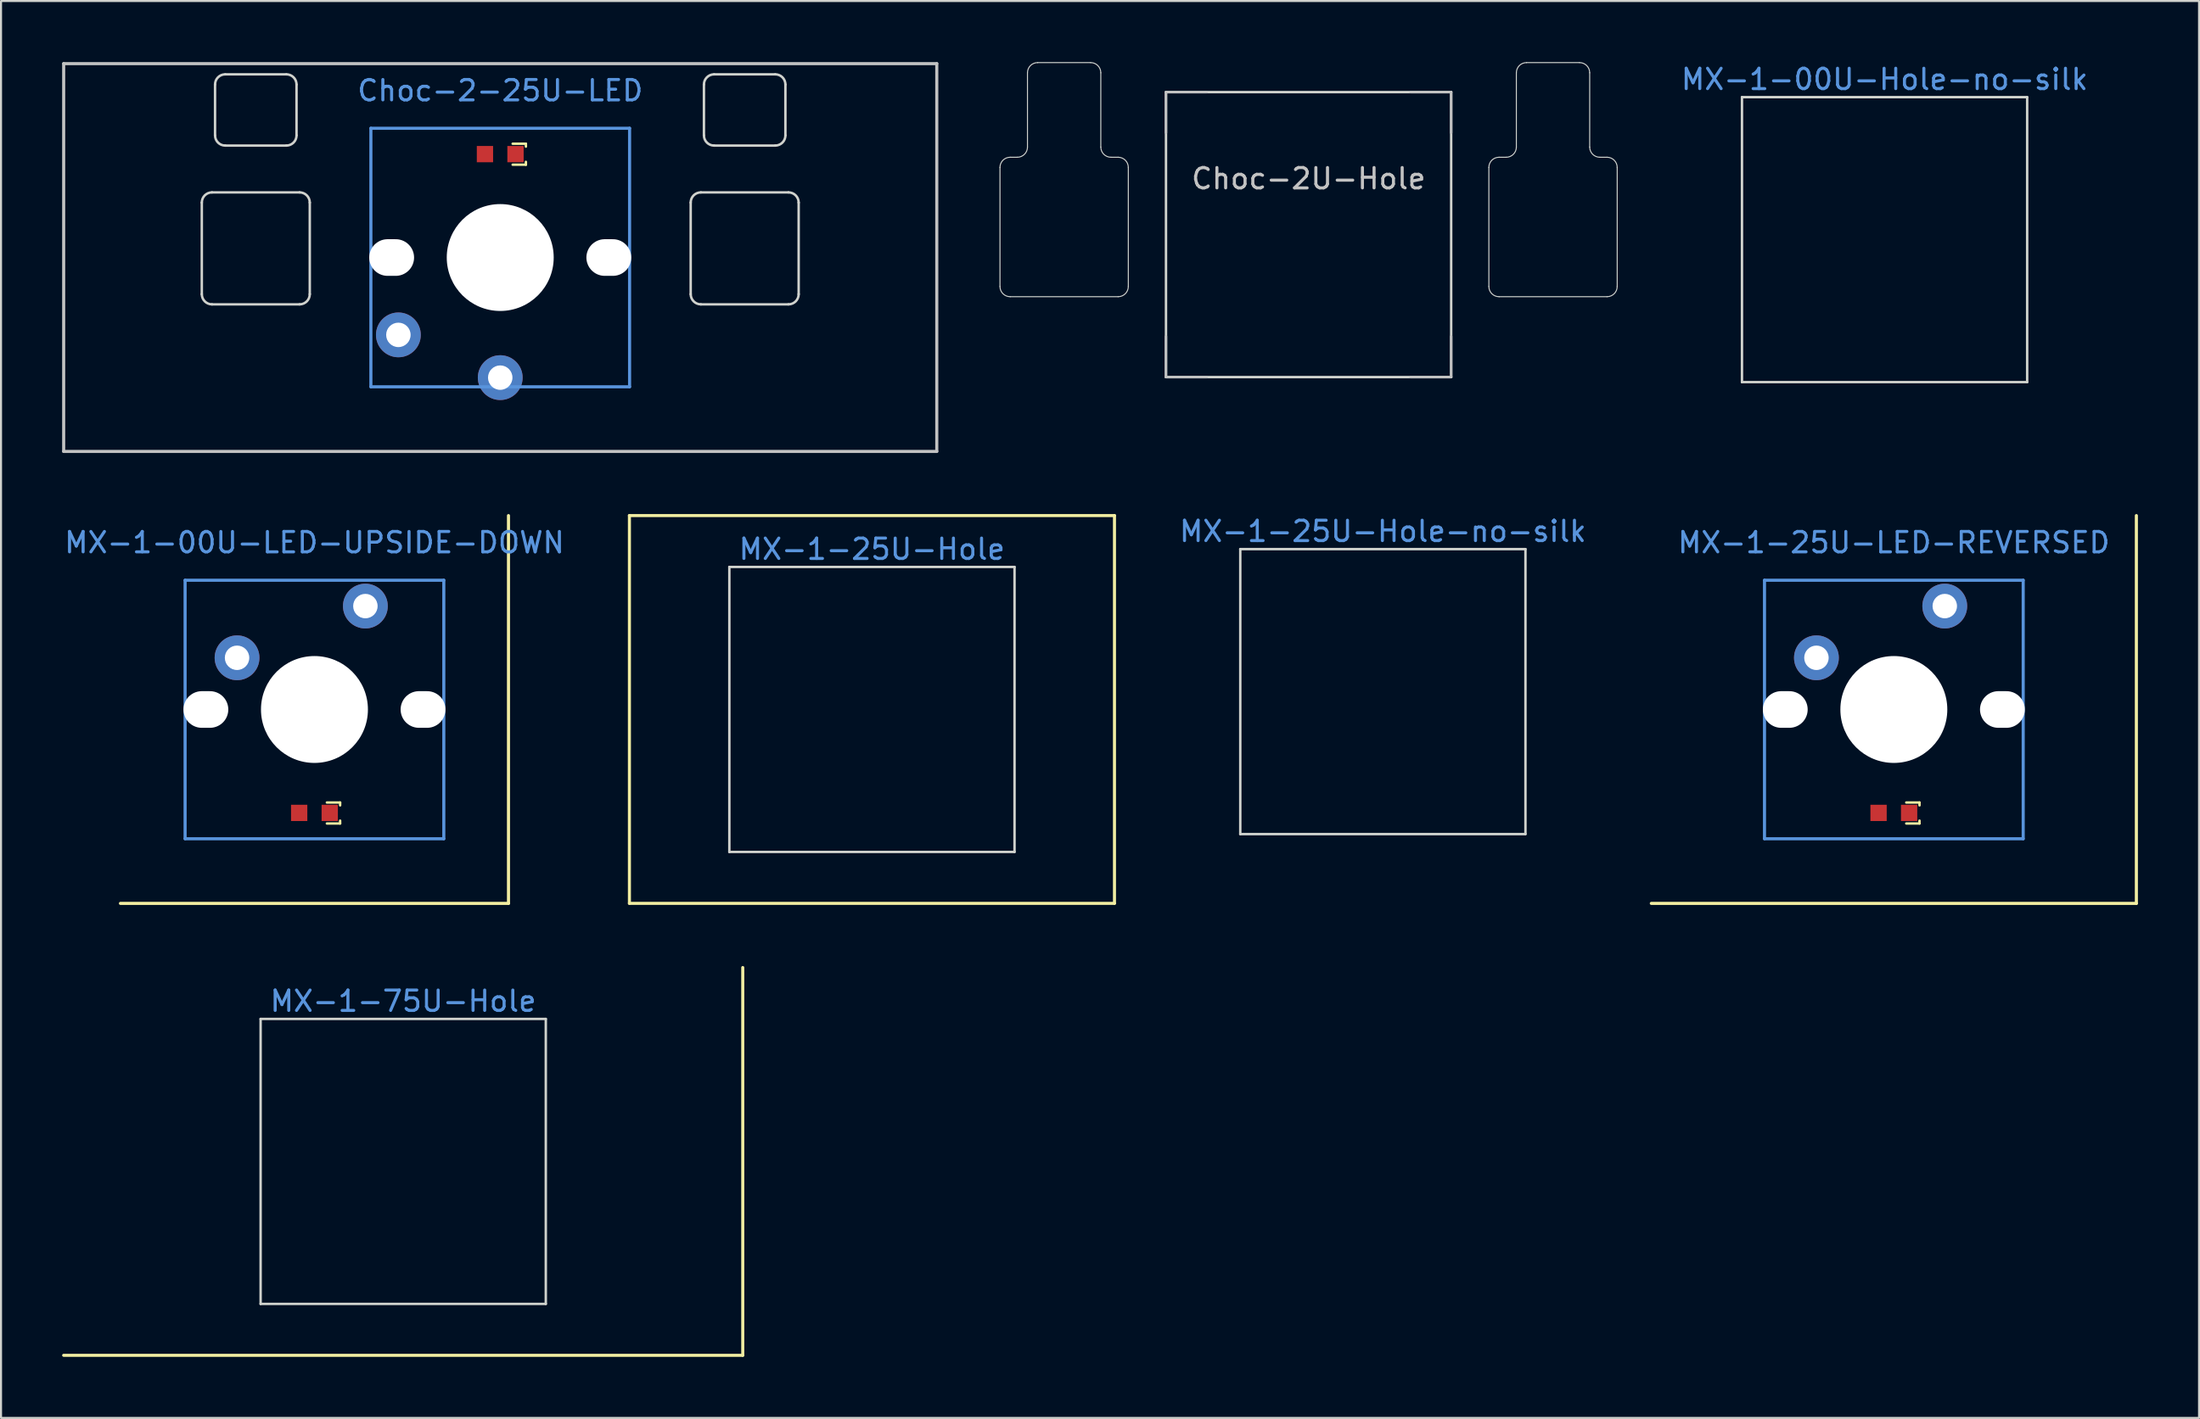
<source format=kicad_pcb>
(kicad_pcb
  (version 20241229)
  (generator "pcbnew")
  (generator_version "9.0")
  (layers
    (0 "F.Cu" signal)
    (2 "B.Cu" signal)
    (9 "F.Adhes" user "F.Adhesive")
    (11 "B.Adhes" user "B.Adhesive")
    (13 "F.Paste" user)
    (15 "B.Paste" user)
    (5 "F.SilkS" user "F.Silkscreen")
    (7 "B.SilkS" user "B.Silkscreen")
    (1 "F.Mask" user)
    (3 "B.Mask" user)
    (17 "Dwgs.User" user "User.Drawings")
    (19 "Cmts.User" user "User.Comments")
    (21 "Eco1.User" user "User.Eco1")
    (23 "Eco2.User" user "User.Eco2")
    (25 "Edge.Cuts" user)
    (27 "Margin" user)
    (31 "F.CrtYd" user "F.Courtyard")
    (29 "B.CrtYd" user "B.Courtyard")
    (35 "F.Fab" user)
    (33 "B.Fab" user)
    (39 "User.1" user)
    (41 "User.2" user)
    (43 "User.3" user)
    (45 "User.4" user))
  (footprint "Choc-2U-Hole"
    (layer "F.Cu")
    (at 61.19 8.475)
    (property "Reference" "Choc-2U-Hole" (at 0 -2.75 180) (layer "Dwgs.User") (effects (font (size 1 1) (thickness 0.15))))
    (attr exclude_from_pos_files exclude_from_bom)
    (fp_line (start -7 -7) (end -7 -5) (stroke (width 0.12) (type solid)) (layer "Dwgs.User"))
    (fp_line (start -7 -7) (end -5 -7) (stroke (width 0.12) (type solid)) (layer "Dwgs.User"))
    (fp_line (start -7 7) (end -7 5) (stroke (width 0.12) (type solid)) (layer "Dwgs.User"))
    (fp_line (start -7 7) (end -5 7) (stroke (width 0.12) (type solid)) (layer "Dwgs.User"))
    (fp_line (start 7 -7) (end 5 -7) (stroke (width 0.12) (type solid)) (layer "Dwgs.User"))
    (fp_line (start 7 -7) (end 7 -5) (stroke (width 0.12) (type solid)) (layer "Dwgs.User"))
    (fp_line (start 7 5) (end 7 7) (stroke (width 0.12) (type solid)) (layer "Dwgs.User"))
    (fp_line (start 7 7) (end 5 7) (stroke (width 0.12) (type solid)) (layer "Dwgs.User"))
    (fp_line (start -15.15 2.55) (end -15.15 -3.3) (stroke (width 0.05) (type solid)) (layer "Edge.Cuts"))
    (fp_line (start -14.65 -3.8) (end -14.3 -3.8) (stroke (width 0.05) (type solid)) (layer "Edge.Cuts"))
    (fp_line (start -14.65 3.05) (end -9.35 3.05) (stroke (width 0.05) (type solid)) (layer "Edge.Cuts"))
    (fp_line (start -13.8 -4.3) (end -13.8 -7.95) (stroke (width 0.05) (type solid)) (layer "Edge.Cuts"))
    (fp_line (start -13.3 -8.45) (end -10.7 -8.45) (stroke (width 0.05) (type solid)) (layer "Edge.Cuts"))
    (fp_line (start -10.2 -4.3) (end -10.2 -7.95) (stroke (width 0.05) (type solid)) (layer "Edge.Cuts"))
    (fp_line (start -9.35 -3.8) (end -9.7 -3.8) (stroke (width 0.05) (type solid)) (layer "Edge.Cuts"))
    (fp_line (start -8.85 2.55) (end -8.85 -3.3) (stroke (width 0.05) (type solid)) (layer "Edge.Cuts"))
    (fp_line (start -7 -7) (end -7 7) (stroke (width 0.12) (type solid)) (layer "Edge.Cuts"))
    (fp_line (start -7 -7) (end 7 -7) (stroke (width 0.12) (type solid)) (layer "Edge.Cuts"))
    (fp_line (start -7 7) (end 7 7) (stroke (width 0.12) (type solid)) (layer "Edge.Cuts"))
    (fp_line (start 7 -7) (end 7 7) (stroke (width 0.12) (type solid)) (layer "Edge.Cuts"))
    (fp_line (start 8.85 2.55) (end 8.85 -3.3) (stroke (width 0.05) (type solid)) (layer "Edge.Cuts"))
    (fp_line (start 9.35 -3.8) (end 9.7 -3.8) (stroke (width 0.05) (type solid)) (layer "Edge.Cuts"))
    (fp_line (start 10.2 -4.3) (end 10.2 -7.95) (stroke (width 0.05) (type solid)) (layer "Edge.Cuts"))
    (fp_line (start 13.3 -8.45) (end 10.7 -8.45) (stroke (width 0.05) (type solid)) (layer "Edge.Cuts"))
    (fp_line (start 13.8 -4.3) (end 13.8 -7.95) (stroke (width 0.05) (type solid)) (layer "Edge.Cuts"))
    (fp_line (start 14.65 -3.8) (end 14.3 -3.8) (stroke (width 0.05) (type solid)) (layer "Edge.Cuts"))
    (fp_line (start 14.65 3.05) (end 9.35 3.05) (stroke (width 0.05) (type solid)) (layer "Edge.Cuts"))
    (fp_line (start 15.15 2.55) (end 15.15 -3.3) (stroke (width 0.05) (type solid)) (layer "Edge.Cuts"))
    (fp_arc (start -15.15 -3.3) (mid -15.003553 -3.653553) (end -14.65 -3.8) (stroke (width 0.05) (type solid)) (layer "Edge.Cuts"))
    (fp_arc (start -14.65 3.05) (mid -15.003553 2.903553) (end -15.15 2.55) (stroke (width 0.05) (type solid)) (layer "Edge.Cuts"))
    (fp_arc (start -13.8 -7.95) (mid -13.653553 -8.303553) (end -13.3 -8.45) (stroke (width 0.05) (type solid)) (layer "Edge.Cuts"))
    (fp_arc (start -13.8 -4.3) (mid -13.946447 -3.946447) (end -14.3 -3.8) (stroke (width 0.05) (type solid)) (layer "Edge.Cuts"))
    (fp_arc (start -10.7 -8.45) (mid -10.346447 -8.303553) (end -10.2 -7.95) (stroke (width 0.05) (type solid)) (layer "Edge.Cuts"))
    (fp_arc (start -9.7 -3.8) (mid -10.053553 -3.946447) (end -10.2 -4.3) (stroke (width 0.05) (type solid)) (layer "Edge.Cuts"))
    (fp_arc (start -9.35 -3.8) (mid -8.996447 -3.653553) (end -8.85 -3.3) (stroke (width 0.05) (type solid)) (layer "Edge.Cuts"))
    (fp_arc (start -8.85 2.55) (mid -8.996447 2.903553) (end -9.35 3.05) (stroke (width 0.05) (type solid)) (layer "Edge.Cuts"))
    (fp_arc (start 8.85 -3.3) (mid 8.996447 -3.653553) (end 9.35 -3.8) (stroke (width 0.05) (type solid)) (layer "Edge.Cuts"))
    (fp_arc (start 9.35 3.05) (mid 8.996447 2.903553) (end 8.85 2.55) (stroke (width 0.05) (type solid)) (layer "Edge.Cuts"))
    (fp_arc (start 10.2 -7.95) (mid 10.346447 -8.303553) (end 10.7 -8.45) (stroke (width 0.05) (type solid)) (layer "Edge.Cuts"))
    (fp_arc (start 10.2 -4.3) (mid 10.053553 -3.946447) (end 9.7 -3.8) (stroke (width 0.05) (type solid)) (layer "Edge.Cuts"))
    (fp_arc (start 13.3 -8.45) (mid 13.653553 -8.303553) (end 13.8 -7.95) (stroke (width 0.05) (type solid)) (layer "Edge.Cuts"))
    (fp_arc (start 14.3 -3.8) (mid 13.946447 -3.946447) (end 13.8 -4.3) (stroke (width 0.05) (type solid)) (layer "Edge.Cuts"))
    (fp_arc (start 14.65 -3.8) (mid 15.003553 -3.653553) (end 15.15 -3.3) (stroke (width 0.05) (type solid)) (layer "Edge.Cuts"))
    (fp_arc (start 15.15 2.55) (mid 15.003553 2.903553) (end 14.65 3.05) (stroke (width 0.05) (type solid)) (layer "Edge.Cuts")))
  (footprint "Choc-2-25U-LED"
    (layer "F.Cu")
    (at 21.507 4.521)
    (property "Reference" "Choc-2-25U-LED" (at 0 -3.12 0) (layer "Cmts.User") (effects (font (size 1 1) (thickness 0.15))))
    (fp_line (start 0.61 -0.51) (end 1.26 -0.51) (stroke (width 0.12) (type solid)) (layer "F.SilkS"))
    (fp_line (start 0.61 0.52) (end 1.26 0.52) (stroke (width 0.12) (type solid)) (layer "F.SilkS"))
    (fp_line (start 1.26 -0.51) (end 1.26 -0.37) (stroke (width 0.12) (type solid)) (layer "F.SilkS"))
    (fp_line (start 1.26 0.52) (end 1.26 0.38) (stroke (width 0.12) (type solid)) (layer "F.SilkS"))
    (fp_line (start -21.431 -4.445) (end 21.431 -4.445) (stroke (width 0.152) (type solid)) (layer "Dwgs.User"))
    (fp_line (start -21.431 14.605) (end -21.431 -4.445) (stroke (width 0.152) (type solid)) (layer "Dwgs.User"))
    (fp_line (start 21.431 -4.445) (end 21.431 14.605) (stroke (width 0.152) (type solid)) (layer "Dwgs.User"))
    (fp_line (start 21.431 14.605) (end -21.431 14.605) (stroke (width 0.152) (type solid)) (layer "Dwgs.User"))
    (fp_line (start -6.35 -1.27) (end 6.35 -1.27) (stroke (width 0.152) (type solid)) (layer "Cmts.User"))
    (fp_line (start -6.35 11.43) (end -6.35 -1.27) (stroke (width 0.152) (type solid)) (layer "Cmts.User"))
    (fp_line (start 6.35 -1.27) (end 6.35 11.43) (stroke (width 0.152) (type solid)) (layer "Cmts.User"))
    (fp_line (start 6.35 11.43) (end -6.35 11.43) (stroke (width 0.152) (type solid)) (layer "Cmts.User"))
    (fp_line (start -14.65 6.88) (end -14.65 2.38) (stroke (width 0.12) (type solid)) (layer "Edge.Cuts"))
    (fp_line (start -14.15 1.88) (end -9.85 1.88) (stroke (width 0.12) (type solid)) (layer "Edge.Cuts"))
    (fp_line (start -14.15 7.38) (end -9.85 7.38) (stroke (width 0.12) (type solid)) (layer "Edge.Cuts"))
    (fp_line (start -14 -0.92) (end -14 -3.42) (stroke (width 0.12) (type solid)) (layer "Edge.Cuts"))
    (fp_line (start -13.5 -3.92) (end -10.5 -3.92) (stroke (width 0.12) (type solid)) (layer "Edge.Cuts"))
    (fp_line (start -13.5 -0.42) (end -10.5 -0.42) (stroke (width 0.12) (type solid)) (layer "Edge.Cuts"))
    (fp_line (start -10 -0.92) (end -10 -3.42) (stroke (width 0.12) (type solid)) (layer "Edge.Cuts"))
    (fp_line (start -9.35 6.88) (end -9.35 2.38) (stroke (width 0.12) (type solid)) (layer "Edge.Cuts"))
    (fp_line (start 9.35 6.88) (end 9.35 2.38) (stroke (width 0.12) (type solid)) (layer "Edge.Cuts"))
    (fp_line (start 10 -0.92) (end 10 -3.42) (stroke (width 0.12) (type solid)) (layer "Edge.Cuts"))
    (fp_line (start 13.5 -3.92) (end 10.5 -3.92) (stroke (width 0.12) (type solid)) (layer "Edge.Cuts"))
    (fp_line (start 13.5 -0.42) (end 10.5 -0.42) (stroke (width 0.12) (type solid)) (layer "Edge.Cuts"))
    (fp_line (start 14 -0.92) (end 14 -3.42) (stroke (width 0.12) (type solid)) (layer "Edge.Cuts"))
    (fp_line (start 14.15 1.88) (end 9.85 1.88) (stroke (width 0.12) (type solid)) (layer "Edge.Cuts"))
    (fp_line (start 14.15 7.38) (end 9.85 7.38) (stroke (width 0.12) (type solid)) (layer "Edge.Cuts"))
    (fp_line (start 14.65 6.88) (end 14.65 2.38) (stroke (width 0.12) (type solid)) (layer "Edge.Cuts"))
    (fp_arc (start -14.65 2.38) (mid -14.503553 2.026447) (end -14.15 1.88) (stroke (width 0.12) (type solid)) (layer "Edge.Cuts"))
    (fp_arc (start -14.15 7.38) (mid -14.503553 7.233553) (end -14.65 6.88) (stroke (width 0.12) (type solid)) (layer "Edge.Cuts"))
    (fp_arc (start -14 -3.42) (mid -13.853553 -3.773553) (end -13.5 -3.92) (stroke (width 0.12) (type solid)) (layer "Edge.Cuts"))
    (fp_arc (start -13.5 -0.42) (mid -13.853553 -0.566447) (end -14 -0.92) (stroke (width 0.12) (type solid)) (layer "Edge.Cuts"))
    (fp_arc (start -10.5 -3.92) (mid -10.146447 -3.773553) (end -10 -3.42) (stroke (width 0.12) (type solid)) (layer "Edge.Cuts"))
    (fp_arc (start -10 -0.92) (mid -10.146447 -0.566447) (end -10.5 -0.42) (stroke (width 0.12) (type solid)) (layer "Edge.Cuts"))
    (fp_arc (start -9.85 1.88) (mid -9.496447 2.026447) (end -9.35 2.38) (stroke (width 0.12) (type solid)) (layer "Edge.Cuts"))
    (fp_arc (start -9.35 6.88) (mid -9.496447 7.233553) (end -9.85 7.38) (stroke (width 0.12) (type solid)) (layer "Edge.Cuts"))
    (fp_arc (start 9.35 2.38) (mid 9.496447 2.026447) (end 9.85 1.88) (stroke (width 0.12) (type solid)) (layer "Edge.Cuts"))
    (fp_arc (start 9.85 7.38) (mid 9.496447 7.233553) (end 9.35 6.88) (stroke (width 0.12) (type solid)) (layer "Edge.Cuts"))
    (fp_arc (start 10 -3.42) (mid 10.146447 -3.773553) (end 10.5 -3.92) (stroke (width 0.12) (type solid)) (layer "Edge.Cuts"))
    (fp_arc (start 10.5 -0.42) (mid 10.146447 -0.566447) (end 10 -0.92) (stroke (width 0.12) (type solid)) (layer "Edge.Cuts"))
    (fp_arc (start 13.5 -3.92) (mid 13.853553 -3.773553) (end 14 -3.42) (stroke (width 0.12) (type solid)) (layer "Edge.Cuts"))
    (fp_arc (start 14 -0.92) (mid 13.853553 -0.566447) (end 13.5 -0.42) (stroke (width 0.12) (type solid)) (layer "Edge.Cuts"))
    (fp_arc (start 14.15 1.88) (mid 14.503553 2.026447) (end 14.65 2.38) (stroke (width 0.12) (type solid)) (layer "Edge.Cuts"))
    (fp_arc (start 14.65 6.88) (mid 14.503553 7.233553) (end 14.15 7.38) (stroke (width 0.12) (type solid)) (layer "Edge.Cuts"))
    (pad "" np_thru_hole oval (at -5.33 5.08 270) (size 1.8 2.2) (drill oval 1.8 2.2) (layers "*.Cu" "*.Mask"))
    (pad "" np_thru_hole circle (at 0 5.08 180) (size 5.25 5.25) (drill 5.25) (layers "*.Cu" "*.Mask"))
    (pad "" np_thru_hole oval (at 5.33 5.08 270) (size 1.8 2.2) (drill oval 1.8 2.2) (layers "*.Cu" "*.Mask"))
    (pad "1" thru_hole circle (at 0 10.98 90) (size 2.2 2.2) (drill 1.2) (layers "*.Cu" "*.Mask"))
    (pad "2" thru_hole circle (at -5 8.88 270) (size 2.2 2.2) (drill 1.2) (layers "*.Cu" "*.Mask"))
    (pad "3" smd rect (at 0.75 0 90) (size 0.8 0.8) (layers "F.Cu" "F.Mask" "F.Paste"))
    (pad "4" smd rect (at -0.75 0 90) (size 0.8 0.8) (layers "F.Cu" "F.Mask" "F.Paste")))
  (footprint "MX-1-25U-Hole-no-silk"
    (layer "F.Cu")
    (at 64.837 30.925)
    (property "Reference" "MX-1-25U-Hole-no-silk" (at 0 -7.874 0) (layer "Cmts.User") (effects (font (size 1 1) (thickness 0.15))))
    (attr through_hole)
    (fp_line (start -7 -7) (end -7 7) (stroke (width 0.12) (type solid)) (layer "Edge.Cuts"))
    (fp_line (start -7 -7) (end 7 -7) (stroke (width 0.12) (type solid)) (layer "Edge.Cuts"))
    (fp_line (start -7 7) (end 7 7) (stroke (width 0.12) (type solid)) (layer "Edge.Cuts"))
    (fp_line (start 7 -7) (end 7 7) (stroke (width 0.12) (type solid)) (layer "Edge.Cuts")))
  (footprint "MX-1-25U-Hole"
    (layer "F.Cu")
    (at 39.755 31.802)
    (property "Reference" "MX-1-25U-Hole" (at 0 -7.874 0) (layer "Cmts.User") (effects (font (size 1 1) (thickness 0.15))))
    (attr through_hole)
    (fp_line (start -11.906 -9.525) (end 11.906 -9.525) (stroke (width 0.15) (type solid)) (layer "F.SilkS"))
    (fp_line (start -11.906 9.525) (end -11.906 -9.525) (stroke (width 0.15) (type solid)) (layer "F.SilkS"))
    (fp_line (start 11.906 -9.525) (end 11.906 9.525) (stroke (width 0.15) (type solid)) (layer "F.SilkS"))
    (fp_line (start 11.906 9.525) (end -11.906 9.525) (stroke (width 0.15) (type solid)) (layer "F.SilkS"))
    (fp_line (start -7 -7) (end -7 7) (stroke (width 0.12) (type solid)) (layer "Edge.Cuts"))
    (fp_line (start -7 -7) (end 7 -7) (stroke (width 0.12) (type solid)) (layer "Edge.Cuts"))
    (fp_line (start -7 7) (end 7 7) (stroke (width 0.12) (type solid)) (layer "Edge.Cuts"))
    (fp_line (start 7 -7) (end 7 7) (stroke (width 0.12) (type solid)) (layer "Edge.Cuts")))
  (footprint "MX-1-75U-Hole"
    (layer "F.Cu")
    (at 16.744 54.005)
    (property "Reference" "MX-1-75U-Hole" (at 0 -7.874 0) (layer "Cmts.User") (effects (font (size 1 1) (thickness 0.15))))
    (attr through_hole)
    (fp_line (start 16.669 -9.525) (end 16.669 9.525) (stroke (width 0.15) (type solid)) (layer "F.SilkS"))
    (fp_line (start 16.669 9.525) (end -16.669 9.525) (stroke (width 0.15) (type solid)) (layer "F.SilkS"))
    (fp_line (start -7 -7) (end -7 7) (stroke (width 0.12) (type solid)) (layer "Edge.Cuts"))
    (fp_line (start -7 -7) (end 7 -7) (stroke (width 0.12) (type solid)) (layer "Edge.Cuts"))
    (fp_line (start -7 7) (end 7 7) (stroke (width 0.12) (type solid)) (layer "Edge.Cuts"))
    (fp_line (start 7 -7) (end 7 7) (stroke (width 0.12) (type solid)) (layer "Edge.Cuts")))
  (footprint "MX-1-00U-LED-UPSIDE-DOWN"
    (layer "F.Cu")
    (at 12.387 36.884)
    (property "Reference" "MX-1-00U-LED-UPSIDE-DOWN" (at 0 -13.28 0) (layer "Cmts.User") (effects (font (size 1 1) (thickness 0.15))))
    (fp_line (start 0.61 -0.51) (end 1.26 -0.51) (stroke (width 0.12) (type solid)) (layer "F.SilkS"))
    (fp_line (start 0.61 0.52) (end 1.26 0.52) (stroke (width 0.12) (type solid)) (layer "F.SilkS"))
    (fp_line (start 1.26 -0.51) (end 1.26 -0.37) (stroke (width 0.12) (type solid)) (layer "F.SilkS"))
    (fp_line (start 1.26 0.52) (end 1.26 0.38) (stroke (width 0.12) (type solid)) (layer "F.SilkS"))
    (fp_line (start 9.525 -14.605) (end 9.525 4.445) (stroke (width 0.152) (type solid)) (layer "F.SilkS"))
    (fp_line (start 9.525 4.445) (end -9.525 4.445) (stroke (width 0.152) (type solid)) (layer "F.SilkS"))
    (fp_line (start -6.35 -11.43) (end 6.35 -11.43) (stroke (width 0.152) (type solid)) (layer "Cmts.User"))
    (fp_line (start -6.35 1.27) (end -6.35 -11.43) (stroke (width 0.152) (type solid)) (layer "Cmts.User"))
    (fp_line (start 6.35 -11.43) (end 6.35 1.27) (stroke (width 0.152) (type solid)) (layer "Cmts.User"))
    (fp_line (start 6.35 1.27) (end -6.35 1.27) (stroke (width 0.152) (type solid)) (layer "Cmts.User"))
    (pad "" np_thru_hole oval (at -5.33 -5.08 270) (size 1.8 2.2) (drill oval 1.8 2.2) (layers "*.Cu" "*.Mask"))
    (pad "" np_thru_hole circle (at 0 -5.08 180) (size 5.25 5.25) (drill 5.25) (layers "*.Cu" "*.Mask"))
    (pad "" np_thru_hole oval (at 5.33 -5.08 270) (size 1.8 2.2) (drill oval 1.8 2.2) (layers "*.Cu" "*.Mask"))
    (pad "1" thru_hole circle (at 2.5 -10.16) (size 2.2 2.2) (drill oval 1.2) (layers "*.Cu" "*.Mask"))
    (pad "2" thru_hole circle (at -3.8 -7.62 225) (size 2.2 2.2) (drill 1.2) (layers "*.Cu" "*.Mask"))
    (pad "3" smd rect (at 0.75 0 90) (size 0.8 0.8) (layers "F.Cu" "F.Mask" "F.Paste"))
    (pad "4" smd rect (at -0.75 0 90) (size 0.8 0.8) (layers "F.Cu" "F.Mask" "F.Paste")))
  (footprint "MX-1-00U-Hole-no-silk"
    (layer "F.Cu")
    (at 89.466 8.722)
    (property "Reference" "MX-1-00U-Hole-no-silk" (at 0 -7.874 0) (layer "Cmts.User") (effects (font (size 1 1) (thickness 0.15))))
    (attr through_hole)
    (fp_line (start -7 -7) (end -7 7) (stroke (width 0.12) (type solid)) (layer "Edge.Cuts"))
    (fp_line (start -7 -7) (end 7 -7) (stroke (width 0.12) (type solid)) (layer "Edge.Cuts"))
    (fp_line (start -7 7) (end 7 7) (stroke (width 0.12) (type solid)) (layer "Edge.Cuts"))
    (fp_line (start 7 -7) (end 7 7) (stroke (width 0.12) (type solid)) (layer "Edge.Cuts")))
  (footprint "MX-1-25U-LED-REVERSED"
    (layer "F.Cu")
    (at 89.921 36.884)
    (property "Reference" "MX-1-25U-LED-REVERSED" (at 0 -13.28 0) (layer "Cmts.User") (effects (font (size 1 1) (thickness 0.15))))
    (fp_line (start 0.61 -0.51) (end 1.26 -0.51) (stroke (width 0.12) (type solid)) (layer "F.SilkS"))
    (fp_line (start 0.61 0.52) (end 1.26 0.52) (stroke (width 0.12) (type solid)) (layer "F.SilkS"))
    (fp_line (start 1.26 -0.51) (end 1.26 -0.37) (stroke (width 0.12) (type solid)) (layer "F.SilkS"))
    (fp_line (start 1.26 0.52) (end 1.26 0.38) (stroke (width 0.12) (type solid)) (layer "F.SilkS"))
    (fp_line (start 11.906 -14.605) (end 11.906 4.445) (stroke (width 0.152) (type solid)) (layer "F.SilkS"))
    (fp_line (start 11.906 4.445) (end -11.906 4.445) (stroke (width 0.152) (type solid)) (layer "F.SilkS"))
    (fp_line (start -6.35 -11.43) (end 6.35 -11.43) (stroke (width 0.152) (type solid)) (layer "Cmts.User"))
    (fp_line (start -6.35 1.27) (end -6.35 -11.43) (stroke (width 0.152) (type solid)) (layer "Cmts.User"))
    (fp_line (start 6.35 -11.43) (end 6.35 1.27) (stroke (width 0.152) (type solid)) (layer "Cmts.User"))
    (fp_line (start 6.35 1.27) (end -6.35 1.27) (stroke (width 0.152) (type solid)) (layer "Cmts.User"))
    (pad "" np_thru_hole oval (at -5.33 -5.08 270) (size 1.8 2.2) (drill oval 1.8 2.2) (layers "*.Cu" "*.Mask"))
    (pad "" np_thru_hole circle (at 0 -5.08 180) (size 5.25 5.25) (drill 5.25) (layers "*.Cu" "*.Mask"))
    (pad "" np_thru_hole oval (at 5.33 -5.08 270) (size 1.8 2.2) (drill oval 1.8 2.2) (layers "*.Cu" "*.Mask"))
    (pad "1" thru_hole circle (at 2.5 -10.16) (size 2.2 2.2) (drill 1.2) (layers "*.Cu" "*.Mask"))
    (pad "2" thru_hole circle (at -3.8 -7.62 225) (size 2.2 2.2) (drill 1.2) (layers "*.Cu" "*.Mask"))
    (pad "3" smd rect (at 0.75 0 90) (size 0.8 0.8) (layers "F.Cu" "F.Mask" "F.Paste"))
    (pad "4" smd rect (at -0.75 0 90) (size 0.8 0.8) (layers "F.Cu" "F.Mask" "F.Paste")))
  (gr_rect
    (start -3 -3)
    (end 104.904 66.605)
    (stroke (width 0.1) (type default))
    (fill no)
    (layer "Edge.Cuts")))
</source>
